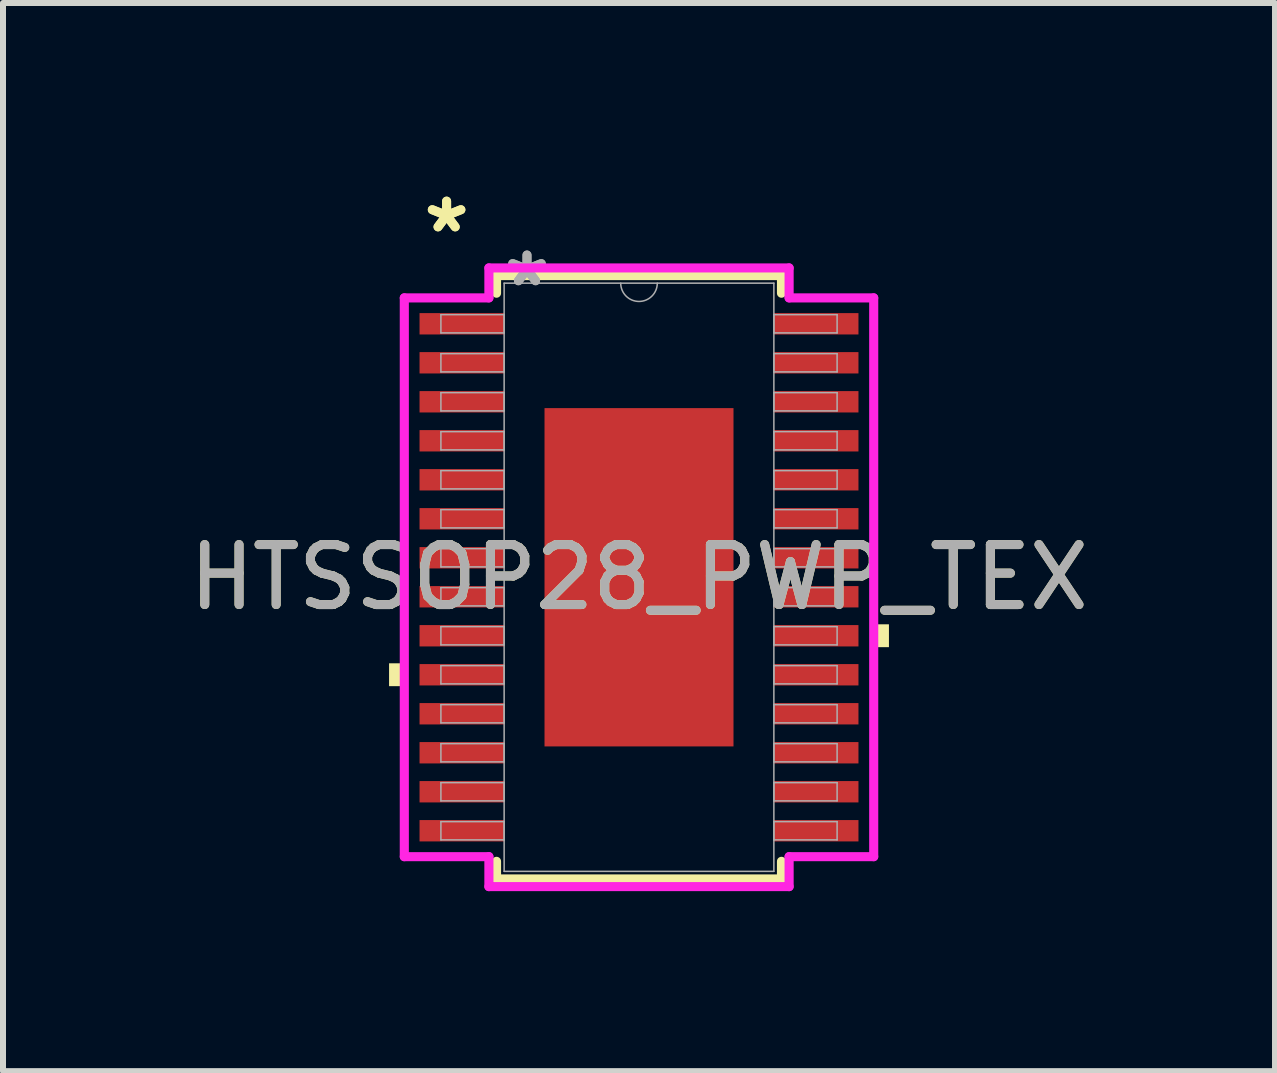
<source format=kicad_pcb>
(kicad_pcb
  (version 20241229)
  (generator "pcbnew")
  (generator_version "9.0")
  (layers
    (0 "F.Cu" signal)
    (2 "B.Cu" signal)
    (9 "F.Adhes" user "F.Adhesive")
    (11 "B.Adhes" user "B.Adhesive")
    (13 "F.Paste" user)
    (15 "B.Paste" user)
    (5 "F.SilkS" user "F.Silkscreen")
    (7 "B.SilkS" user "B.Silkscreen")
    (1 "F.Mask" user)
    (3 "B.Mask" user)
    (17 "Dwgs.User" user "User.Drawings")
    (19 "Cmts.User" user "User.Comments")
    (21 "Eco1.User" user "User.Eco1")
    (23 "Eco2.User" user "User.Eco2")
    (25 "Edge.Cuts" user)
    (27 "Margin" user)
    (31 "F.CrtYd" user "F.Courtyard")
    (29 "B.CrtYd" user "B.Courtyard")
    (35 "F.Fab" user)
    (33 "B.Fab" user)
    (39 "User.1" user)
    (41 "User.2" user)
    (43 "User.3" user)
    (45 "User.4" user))
  (footprint "HTSSOP28_PWP_TEX"
    (layer "F.Cu")
    (at 7.601 6.572)
    (property "Reference" "HTSSOP28_PWP_TEX" (at 0 0 0) (unlocked yes) (layer "F.SilkS") (effects (font (size 1 1) (thickness 0.15))))
    (attr smd)
    (fp_line (start -2.375 -5.029) (end -2.375 -4.735) (stroke (width 0.152) (type solid)) (layer "F.SilkS"))
    (fp_line (start -2.375 4.735) (end -2.375 5.029) (stroke (width 0.152) (type solid)) (layer "F.SilkS"))
    (fp_line (start -2.375 5.029) (end 2.375 5.029) (stroke (width 0.152) (type solid)) (layer "F.SilkS"))
    (fp_line (start 2.375 -5.029) (end -2.375 -5.029) (stroke (width 0.152) (type solid)) (layer "F.SilkS"))
    (fp_line (start 2.375 -4.735) (end 2.375 -5.029) (stroke (width 0.152) (type solid)) (layer "F.SilkS"))
    (fp_line (start 2.375 5.029) (end 2.375 4.735) (stroke (width 0.152) (type solid)) (layer "F.SilkS"))
    (fp_poly (pts (xy -4.166 1.434) (xy -4.166 1.815) (xy -3.912 1.815) (xy -3.912 1.434)) (stroke (width 0) (type solid)) (fill yes) (layer "F.SilkS"))
    (fp_poly (pts (xy 4.166 0.784) (xy 4.166 1.165) (xy 3.912 1.165) (xy 3.912 0.784)) (stroke (width 0) (type solid)) (fill yes) (layer "F.SilkS"))
    (fp_poly (pts (xy -1.475 -2.719) (xy -1.475 -1.51) (xy -0.1 -1.51) (xy -0.1 -2.719)) (stroke (width 0) (type solid)) (fill yes) (layer "F.Paste"))
    (fp_poly (pts (xy -1.475 -1.31) (xy -1.475 -0.1) (xy -0.1 -0.1) (xy -0.1 -1.31)) (stroke (width 0) (type solid)) (fill yes) (layer "F.Paste"))
    (fp_poly (pts (xy -1.475 0.1) (xy -1.475 1.31) (xy -0.1 1.31) (xy -0.1 0.1)) (stroke (width 0) (type solid)) (fill yes) (layer "F.Paste"))
    (fp_poly (pts (xy -1.475 1.51) (xy -1.475 2.719) (xy -0.1 2.719) (xy -0.1 1.51)) (stroke (width 0) (type solid)) (fill yes) (layer "F.Paste"))
    (fp_poly (pts (xy 0.1 -2.719) (xy 0.1 -1.51) (xy 1.475 -1.51) (xy 1.475 -2.719)) (stroke (width 0) (type solid)) (fill yes) (layer "F.Paste"))
    (fp_poly (pts (xy 0.1 -1.31) (xy 0.1 -0.1) (xy 1.475 -0.1) (xy 1.475 -1.31)) (stroke (width 0) (type solid)) (fill yes) (layer "F.Paste"))
    (fp_poly (pts (xy 0.1 0.1) (xy 0.1 1.31) (xy 1.475 1.31) (xy 1.475 0.1)) (stroke (width 0) (type solid)) (fill yes) (layer "F.Paste"))
    (fp_poly (pts (xy 0.1 1.51) (xy 0.1 2.719) (xy 1.475 2.719) (xy 1.475 1.51)) (stroke (width 0) (type solid)) (fill yes) (layer "F.Paste"))
    (fp_line (start -3.912 -4.657) (end -2.502 -4.657) (stroke (width 0.152) (type solid)) (layer "F.CrtYd"))
    (fp_line (start -3.912 4.657) (end -3.912 -4.657) (stroke (width 0.152) (type solid)) (layer "F.CrtYd"))
    (fp_line (start -3.912 4.657) (end -2.502 4.657) (stroke (width 0.152) (type solid)) (layer "F.CrtYd"))
    (fp_line (start -2.502 -5.156) (end 2.502 -5.156) (stroke (width 0.152) (type solid)) (layer "F.CrtYd"))
    (fp_line (start -2.502 -4.657) (end -2.502 -5.156) (stroke (width 0.152) (type solid)) (layer "F.CrtYd"))
    (fp_line (start -2.502 5.156) (end -2.502 4.657) (stroke (width 0.152) (type solid)) (layer "F.CrtYd"))
    (fp_line (start 2.502 -5.156) (end 2.502 -4.657) (stroke (width 0.152) (type solid)) (layer "F.CrtYd"))
    (fp_line (start 2.502 4.657) (end 2.502 5.156) (stroke (width 0.152) (type solid)) (layer "F.CrtYd"))
    (fp_line (start 2.502 5.156) (end -2.502 5.156) (stroke (width 0.152) (type solid)) (layer "F.CrtYd"))
    (fp_line (start 3.912 -4.657) (end 2.502 -4.657) (stroke (width 0.152) (type solid)) (layer "F.CrtYd"))
    (fp_line (start 3.912 -4.657) (end 3.912 4.657) (stroke (width 0.152) (type solid)) (layer "F.CrtYd"))
    (fp_line (start 3.912 4.657) (end 2.502 4.657) (stroke (width 0.152) (type solid)) (layer "F.CrtYd"))
    (fp_line (start -3.302 -4.377) (end -3.302 -4.073) (stroke (width 0.025) (type solid)) (layer "F.Fab"))
    (fp_line (start -3.302 -4.073) (end -2.248 -4.073) (stroke (width 0.025) (type solid)) (layer "F.Fab"))
    (fp_line (start -3.302 -3.727) (end -3.302 -3.423) (stroke (width 0.025) (type solid)) (layer "F.Fab"))
    (fp_line (start -3.302 -3.423) (end -2.248 -3.423) (stroke (width 0.025) (type solid)) (layer "F.Fab"))
    (fp_line (start -3.302 -3.077) (end -3.302 -2.773) (stroke (width 0.025) (type solid)) (layer "F.Fab"))
    (fp_line (start -3.302 -2.773) (end -2.248 -2.773) (stroke (width 0.025) (type solid)) (layer "F.Fab"))
    (fp_line (start -3.302 -2.427) (end -3.302 -2.123) (stroke (width 0.025) (type solid)) (layer "F.Fab"))
    (fp_line (start -3.302 -2.123) (end -2.248 -2.123) (stroke (width 0.025) (type solid)) (layer "F.Fab"))
    (fp_line (start -3.302 -1.777) (end -3.302 -1.473) (stroke (width 0.025) (type solid)) (layer "F.Fab"))
    (fp_line (start -3.302 -1.473) (end -2.248 -1.473) (stroke (width 0.025) (type solid)) (layer "F.Fab"))
    (fp_line (start -3.302 -1.127) (end -3.302 -0.823) (stroke (width 0.025) (type solid)) (layer "F.Fab"))
    (fp_line (start -3.302 -0.823) (end -2.248 -0.823) (stroke (width 0.025) (type solid)) (layer "F.Fab"))
    (fp_line (start -3.302 -0.477) (end -3.302 -0.173) (stroke (width 0.025) (type solid)) (layer "F.Fab"))
    (fp_line (start -3.302 -0.173) (end -2.248 -0.173) (stroke (width 0.025) (type solid)) (layer "F.Fab"))
    (fp_line (start -3.302 0.173) (end -3.302 0.477) (stroke (width 0.025) (type solid)) (layer "F.Fab"))
    (fp_line (start -3.302 0.477) (end -2.248 0.477) (stroke (width 0.025) (type solid)) (layer "F.Fab"))
    (fp_line (start -3.302 0.823) (end -3.302 1.127) (stroke (width 0.025) (type solid)) (layer "F.Fab"))
    (fp_line (start -3.302 1.127) (end -2.248 1.127) (stroke (width 0.025) (type solid)) (layer "F.Fab"))
    (fp_line (start -3.302 1.473) (end -3.302 1.777) (stroke (width 0.025) (type solid)) (layer "F.Fab"))
    (fp_line (start -3.302 1.777) (end -2.248 1.777) (stroke (width 0.025) (type solid)) (layer "F.Fab"))
    (fp_line (start -3.302 2.123) (end -3.302 2.427) (stroke (width 0.025) (type solid)) (layer "F.Fab"))
    (fp_line (start -3.302 2.427) (end -2.248 2.427) (stroke (width 0.025) (type solid)) (layer "F.Fab"))
    (fp_line (start -3.302 2.773) (end -3.302 3.077) (stroke (width 0.025) (type solid)) (layer "F.Fab"))
    (fp_line (start -3.302 3.077) (end -2.248 3.077) (stroke (width 0.025) (type solid)) (layer "F.Fab"))
    (fp_line (start -3.302 3.423) (end -3.302 3.727) (stroke (width 0.025) (type solid)) (layer "F.Fab"))
    (fp_line (start -3.302 3.727) (end -2.248 3.727) (stroke (width 0.025) (type solid)) (layer "F.Fab"))
    (fp_line (start -3.302 4.073) (end -3.302 4.377) (stroke (width 0.025) (type solid)) (layer "F.Fab"))
    (fp_line (start -3.302 4.377) (end -2.248 4.377) (stroke (width 0.025) (type solid)) (layer "F.Fab"))
    (fp_line (start -2.248 -4.902) (end -2.248 4.902) (stroke (width 0.025) (type solid)) (layer "F.Fab"))
    (fp_line (start -2.248 -4.377) (end -3.302 -4.377) (stroke (width 0.025) (type solid)) (layer "F.Fab"))
    (fp_line (start -2.248 -4.073) (end -2.248 -4.377) (stroke (width 0.025) (type solid)) (layer "F.Fab"))
    (fp_line (start -2.248 -3.727) (end -3.302 -3.727) (stroke (width 0.025) (type solid)) (layer "F.Fab"))
    (fp_line (start -2.248 -3.423) (end -2.248 -3.727) (stroke (width 0.025) (type solid)) (layer "F.Fab"))
    (fp_line (start -2.248 -3.077) (end -3.302 -3.077) (stroke (width 0.025) (type solid)) (layer "F.Fab"))
    (fp_line (start -2.248 -2.773) (end -2.248 -3.077) (stroke (width 0.025) (type solid)) (layer "F.Fab"))
    (fp_line (start -2.248 -2.427) (end -3.302 -2.427) (stroke (width 0.025) (type solid)) (layer "F.Fab"))
    (fp_line (start -2.248 -2.123) (end -2.248 -2.427) (stroke (width 0.025) (type solid)) (layer "F.Fab"))
    (fp_line (start -2.248 -1.777) (end -3.302 -1.777) (stroke (width 0.025) (type solid)) (layer "F.Fab"))
    (fp_line (start -2.248 -1.473) (end -2.248 -1.777) (stroke (width 0.025) (type solid)) (layer "F.Fab"))
    (fp_line (start -2.248 -1.127) (end -3.302 -1.127) (stroke (width 0.025) (type solid)) (layer "F.Fab"))
    (fp_line (start -2.248 -0.823) (end -2.248 -1.127) (stroke (width 0.025) (type solid)) (layer "F.Fab"))
    (fp_line (start -2.248 -0.477) (end -3.302 -0.477) (stroke (width 0.025) (type solid)) (layer "F.Fab"))
    (fp_line (start -2.248 -0.173) (end -2.248 -0.477) (stroke (width 0.025) (type solid)) (layer "F.Fab"))
    (fp_line (start -2.248 0.173) (end -3.302 0.173) (stroke (width 0.025) (type solid)) (layer "F.Fab"))
    (fp_line (start -2.248 0.477) (end -2.248 0.173) (stroke (width 0.025) (type solid)) (layer "F.Fab"))
    (fp_line (start -2.248 0.823) (end -3.302 0.823) (stroke (width 0.025) (type solid)) (layer "F.Fab"))
    (fp_line (start -2.248 1.127) (end -2.248 0.823) (stroke (width 0.025) (type solid)) (layer "F.Fab"))
    (fp_line (start -2.248 1.473) (end -3.302 1.473) (stroke (width 0.025) (type solid)) (layer "F.Fab"))
    (fp_line (start -2.248 1.777) (end -2.248 1.473) (stroke (width 0.025) (type solid)) (layer "F.Fab"))
    (fp_line (start -2.248 2.123) (end -3.302 2.123) (stroke (width 0.025) (type solid)) (layer "F.Fab"))
    (fp_line (start -2.248 2.427) (end -2.248 2.123) (stroke (width 0.025) (type solid)) (layer "F.Fab"))
    (fp_line (start -2.248 2.773) (end -3.302 2.773) (stroke (width 0.025) (type solid)) (layer "F.Fab"))
    (fp_line (start -2.248 3.077) (end -2.248 2.773) (stroke (width 0.025) (type solid)) (layer "F.Fab"))
    (fp_line (start -2.248 3.423) (end -3.302 3.423) (stroke (width 0.025) (type solid)) (layer "F.Fab"))
    (fp_line (start -2.248 3.727) (end -2.248 3.423) (stroke (width 0.025) (type solid)) (layer "F.Fab"))
    (fp_line (start -2.248 4.073) (end -3.302 4.073) (stroke (width 0.025) (type solid)) (layer "F.Fab"))
    (fp_line (start -2.248 4.377) (end -2.248 4.073) (stroke (width 0.025) (type solid)) (layer "F.Fab"))
    (fp_line (start -2.248 4.902) (end 2.248 4.902) (stroke (width 0.025) (type solid)) (layer "F.Fab"))
    (fp_line (start 2.248 -4.902) (end -2.248 -4.902) (stroke (width 0.025) (type solid)) (layer "F.Fab"))
    (fp_line (start 2.248 -4.377) (end 2.248 -4.073) (stroke (width 0.025) (type solid)) (layer "F.Fab"))
    (fp_line (start 2.248 -4.073) (end 3.302 -4.073) (stroke (width 0.025) (type solid)) (layer "F.Fab"))
    (fp_line (start 2.248 -3.727) (end 2.248 -3.423) (stroke (width 0.025) (type solid)) (layer "F.Fab"))
    (fp_line (start 2.248 -3.423) (end 3.302 -3.423) (stroke (width 0.025) (type solid)) (layer "F.Fab"))
    (fp_line (start 2.248 -3.077) (end 2.248 -2.773) (stroke (width 0.025) (type solid)) (layer "F.Fab"))
    (fp_line (start 2.248 -2.773) (end 3.302 -2.773) (stroke (width 0.025) (type solid)) (layer "F.Fab"))
    (fp_line (start 2.248 -2.427) (end 2.248 -2.123) (stroke (width 0.025) (type solid)) (layer "F.Fab"))
    (fp_line (start 2.248 -2.123) (end 3.302 -2.123) (stroke (width 0.025) (type solid)) (layer "F.Fab"))
    (fp_line (start 2.248 -1.777) (end 2.248 -1.473) (stroke (width 0.025) (type solid)) (layer "F.Fab"))
    (fp_line (start 2.248 -1.473) (end 3.302 -1.473) (stroke (width 0.025) (type solid)) (layer "F.Fab"))
    (fp_line (start 2.248 -1.127) (end 2.248 -0.823) (stroke (width 0.025) (type solid)) (layer "F.Fab"))
    (fp_line (start 2.248 -0.823) (end 3.302 -0.823) (stroke (width 0.025) (type solid)) (layer "F.Fab"))
    (fp_line (start 2.248 -0.477) (end 2.248 -0.173) (stroke (width 0.025) (type solid)) (layer "F.Fab"))
    (fp_line (start 2.248 -0.173) (end 3.302 -0.173) (stroke (width 0.025) (type solid)) (layer "F.Fab"))
    (fp_line (start 2.248 0.173) (end 2.248 0.477) (stroke (width 0.025) (type solid)) (layer "F.Fab"))
    (fp_line (start 2.248 0.477) (end 3.302 0.477) (stroke (width 0.025) (type solid)) (layer "F.Fab"))
    (fp_line (start 2.248 0.823) (end 2.248 1.127) (stroke (width 0.025) (type solid)) (layer "F.Fab"))
    (fp_line (start 2.248 1.127) (end 3.302 1.127) (stroke (width 0.025) (type solid)) (layer "F.Fab"))
    (fp_line (start 2.248 1.473) (end 2.248 1.777) (stroke (width 0.025) (type solid)) (layer "F.Fab"))
    (fp_line (start 2.248 1.777) (end 3.302 1.777) (stroke (width 0.025) (type solid)) (layer "F.Fab"))
    (fp_line (start 2.248 2.123) (end 2.248 2.427) (stroke (width 0.025) (type solid)) (layer "F.Fab"))
    (fp_line (start 2.248 2.427) (end 3.302 2.427) (stroke (width 0.025) (type solid)) (layer "F.Fab"))
    (fp_line (start 2.248 2.773) (end 2.248 3.077) (stroke (width 0.025) (type solid)) (layer "F.Fab"))
    (fp_line (start 2.248 3.077) (end 3.302 3.077) (stroke (width 0.025) (type solid)) (layer "F.Fab"))
    (fp_line (start 2.248 3.423) (end 2.248 3.727) (stroke (width 0.025) (type solid)) (layer "F.Fab"))
    (fp_line (start 2.248 3.727) (end 3.302 3.727) (stroke (width 0.025) (type solid)) (layer "F.Fab"))
    (fp_line (start 2.248 4.073) (end 2.248 4.377) (stroke (width 0.025) (type solid)) (layer "F.Fab"))
    (fp_line (start 2.248 4.377) (end 3.302 4.377) (stroke (width 0.025) (type solid)) (layer "F.Fab"))
    (fp_line (start 2.248 4.902) (end 2.248 -4.902) (stroke (width 0.025) (type solid)) (layer "F.Fab"))
    (fp_line (start 3.302 -4.377) (end 2.248 -4.377) (stroke (width 0.025) (type solid)) (layer "F.Fab"))
    (fp_line (start 3.302 -4.073) (end 3.302 -4.377) (stroke (width 0.025) (type solid)) (layer "F.Fab"))
    (fp_line (start 3.302 -3.727) (end 2.248 -3.727) (stroke (width 0.025) (type solid)) (layer "F.Fab"))
    (fp_line (start 3.302 -3.423) (end 3.302 -3.727) (stroke (width 0.025) (type solid)) (layer "F.Fab"))
    (fp_line (start 3.302 -3.077) (end 2.248 -3.077) (stroke (width 0.025) (type solid)) (layer "F.Fab"))
    (fp_line (start 3.302 -2.773) (end 3.302 -3.077) (stroke (width 0.025) (type solid)) (layer "F.Fab"))
    (fp_line (start 3.302 -2.427) (end 2.248 -2.427) (stroke (width 0.025) (type solid)) (layer "F.Fab"))
    (fp_line (start 3.302 -2.123) (end 3.302 -2.427) (stroke (width 0.025) (type solid)) (layer "F.Fab"))
    (fp_line (start 3.302 -1.777) (end 2.248 -1.777) (stroke (width 0.025) (type solid)) (layer "F.Fab"))
    (fp_line (start 3.302 -1.473) (end 3.302 -1.777) (stroke (width 0.025) (type solid)) (layer "F.Fab"))
    (fp_line (start 3.302 -1.127) (end 2.248 -1.127) (stroke (width 0.025) (type solid)) (layer "F.Fab"))
    (fp_line (start 3.302 -0.823) (end 3.302 -1.127) (stroke (width 0.025) (type solid)) (layer "F.Fab"))
    (fp_line (start 3.302 -0.477) (end 2.248 -0.477) (stroke (width 0.025) (type solid)) (layer "F.Fab"))
    (fp_line (start 3.302 -0.173) (end 3.302 -0.477) (stroke (width 0.025) (type solid)) (layer "F.Fab"))
    (fp_line (start 3.302 0.173) (end 2.248 0.173) (stroke (width 0.025) (type solid)) (layer "F.Fab"))
    (fp_line (start 3.302 0.477) (end 3.302 0.173) (stroke (width 0.025) (type solid)) (layer "F.Fab"))
    (fp_line (start 3.302 0.823) (end 2.248 0.823) (stroke (width 0.025) (type solid)) (layer "F.Fab"))
    (fp_line (start 3.302 1.127) (end 3.302 0.823) (stroke (width 0.025) (type solid)) (layer "F.Fab"))
    (fp_line (start 3.302 1.473) (end 2.248 1.473) (stroke (width 0.025) (type solid)) (layer "F.Fab"))
    (fp_line (start 3.302 1.777) (end 3.302 1.473) (stroke (width 0.025) (type solid)) (layer "F.Fab"))
    (fp_line (start 3.302 2.123) (end 2.248 2.123) (stroke (width 0.025) (type solid)) (layer "F.Fab"))
    (fp_line (start 3.302 2.427) (end 3.302 2.123) (stroke (width 0.025) (type solid)) (layer "F.Fab"))
    (fp_line (start 3.302 2.773) (end 2.248 2.773) (stroke (width 0.025) (type solid)) (layer "F.Fab"))
    (fp_line (start 3.302 3.077) (end 3.302 2.773) (stroke (width 0.025) (type solid)) (layer "F.Fab"))
    (fp_line (start 3.302 3.423) (end 2.248 3.423) (stroke (width 0.025) (type solid)) (layer "F.Fab"))
    (fp_line (start 3.302 3.727) (end 3.302 3.423) (stroke (width 0.025) (type solid)) (layer "F.Fab"))
    (fp_line (start 3.302 4.073) (end 2.248 4.073) (stroke (width 0.025) (type solid)) (layer "F.Fab"))
    (fp_line (start 3.302 4.377) (end 3.302 4.073) (stroke (width 0.025) (type solid)) (layer "F.Fab"))
    (fp_arc (start 0.3048 -4.9022) (mid 0 -4.5974) (end -0.3048 -4.9022) (stroke (width 0.0254) (type solid)) (layer "F.Fab"))
    (fp_text user "*" (at -3.207 -5.724 0) (unlocked yes) (layer "F.SilkS") (effects (font (size 1 1) (thickness 0.15))))
    (fp_text user "*" (at -3.207 -5.724 0) (layer "F.SilkS") (effects (font (size 1 1) (thickness 0.15))))
    (fp_text user "*" (at -1.867 -4.826 0) (unlocked yes) (layer "F.Fab") (effects (font (size 1 1) (thickness 0.15))))
    (fp_text user "*" (at -1.867 -4.826 0) (layer "F.Fab") (effects (font (size 1 1) (thickness 0.15))))
    (fp_text user "${REFERENCE}" (at 0 0 0) (unlocked yes) (layer "F.Fab") (effects (font (size 1 1) (thickness 0.15))))
    (pad "1" smd rect (at -2.953 -4.225) (size 1.41 0.356) (layers "F.Cu" "F.Mask" "F.Paste"))
    (pad "2" smd rect (at -2.953 -3.575) (size 1.41 0.356) (layers "F.Cu" "F.Mask" "F.Paste"))
    (pad "3" smd rect (at -2.953 -2.925) (size 1.41 0.356) (layers "F.Cu" "F.Mask" "F.Paste"))
    (pad "4" smd rect (at -2.953 -2.275) (size 1.41 0.356) (layers "F.Cu" "F.Mask" "F.Paste"))
    (pad "5" smd rect (at -2.953 -1.625) (size 1.41 0.356) (layers "F.Cu" "F.Mask" "F.Paste"))
    (pad "6" smd rect (at -2.953 -0.975) (size 1.41 0.356) (layers "F.Cu" "F.Mask" "F.Paste"))
    (pad "7" smd rect (at -2.953 -0.325) (size 1.41 0.356) (layers "F.Cu" "F.Mask" "F.Paste"))
    (pad "8" smd rect (at -2.953 0.325) (size 1.41 0.356) (layers "F.Cu" "F.Mask" "F.Paste"))
    (pad "9" smd rect (at -2.953 0.975) (size 1.41 0.356) (layers "F.Cu" "F.Mask" "F.Paste"))
    (pad "10" smd rect (at -2.953 1.625) (size 1.41 0.356) (layers "F.Cu" "F.Mask" "F.Paste"))
    (pad "11" smd rect (at -2.953 2.275) (size 1.41 0.356) (layers "F.Cu" "F.Mask" "F.Paste"))
    (pad "12" smd rect (at -2.953 2.925) (size 1.41 0.356) (layers "F.Cu" "F.Mask" "F.Paste"))
    (pad "13" smd rect (at -2.953 3.575) (size 1.41 0.356) (layers "F.Cu" "F.Mask" "F.Paste"))
    (pad "14" smd rect (at -2.953 4.225) (size 1.41 0.356) (layers "F.Cu" "F.Mask" "F.Paste"))
    (pad "15" smd rect (at 2.953 4.225) (size 1.41 0.356) (layers "F.Cu" "F.Mask" "F.Paste"))
    (pad "16" smd rect (at 2.953 3.575) (size 1.41 0.356) (layers "F.Cu" "F.Mask" "F.Paste"))
    (pad "17" smd rect (at 2.953 2.925) (size 1.41 0.356) (layers "F.Cu" "F.Mask" "F.Paste"))
    (pad "18" smd rect (at 2.953 2.275) (size 1.41 0.356) (layers "F.Cu" "F.Mask" "F.Paste"))
    (pad "19" smd rect (at 2.953 1.625) (size 1.41 0.356) (layers "F.Cu" "F.Mask" "F.Paste"))
    (pad "20" smd rect (at 2.953 0.975) (size 1.41 0.356) (layers "F.Cu" "F.Mask" "F.Paste"))
    (pad "21" smd rect (at 2.953 0.325) (size 1.41 0.356) (layers "F.Cu" "F.Mask" "F.Paste"))
    (pad "22" smd rect (at 2.953 -0.325) (size 1.41 0.356) (layers "F.Cu" "F.Mask" "F.Paste"))
    (pad "23" smd rect (at 2.953 -0.975) (size 1.41 0.356) (layers "F.Cu" "F.Mask" "F.Paste"))
    (pad "24" smd rect (at 2.953 -1.625) (size 1.41 0.356) (layers "F.Cu" "F.Mask" "F.Paste"))
    (pad "25" smd rect (at 2.953 -2.275) (size 1.41 0.356) (layers "F.Cu" "F.Mask" "F.Paste"))
    (pad "26" smd rect (at 2.953 -2.925) (size 1.41 0.356) (layers "F.Cu" "F.Mask" "F.Paste"))
    (pad "27" smd rect (at 2.953 -3.575) (size 1.41 0.356) (layers "F.Cu" "F.Mask" "F.Paste"))
    (pad "28" smd rect (at 2.953 -4.225) (size 1.41 0.356) (layers "F.Cu" "F.Mask" "F.Paste"))
    (pad "EPAD" smd rect (at 0 0) (size 3.15 5.639) (layers "F.Cu" "F.Mask")))
  (gr_rect
    (start -3 -3)
    (end 18.202 14.804)
    (stroke (width 0.1) (type default))
    (fill no)
    (layer "Edge.Cuts")))
</source>
